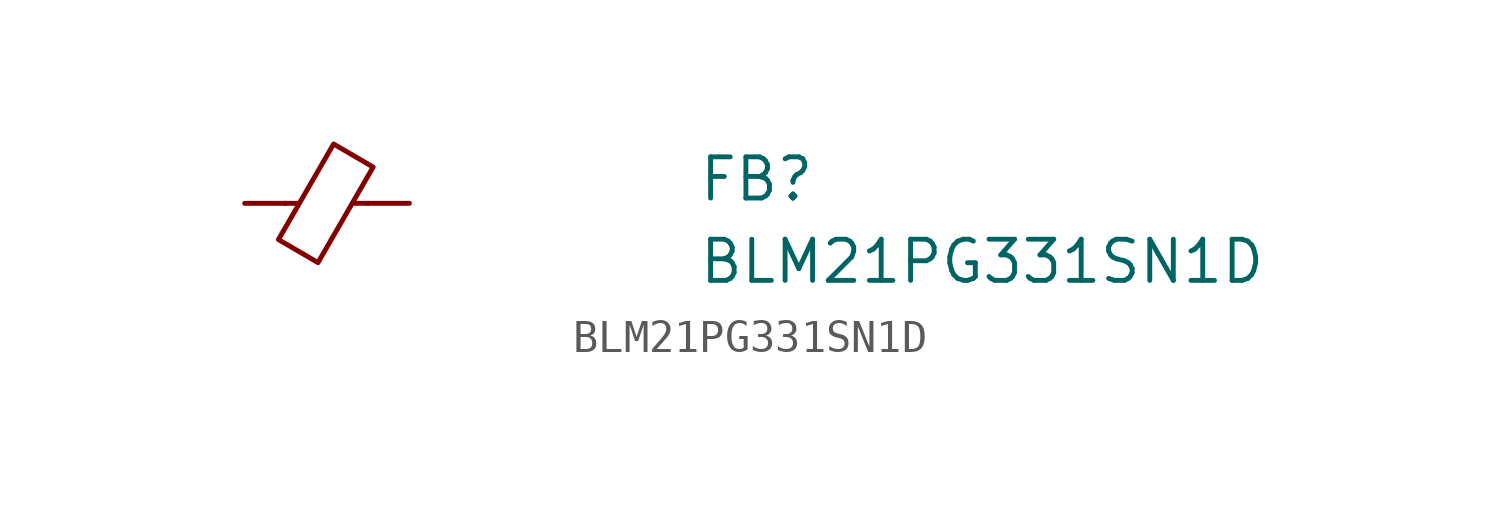
<source format=kicad_sym>
(kicad_symbol_lib
  (version 20211014)
  (generator kicad_symbol_editor)
  (symbol "BLM21PG331SN1D"
    (pin_numbers hide)
    (pin_names hide)
    (property "Reference" "FB"
      (at 13.97 0 0)
      (effects (font (size 1.27 1.27) (thickness 0.15)) (justify left bottom)))
    (property "Value" "BLM21PG331SN1D"
      (at 13.97 -2.54 0)
      (effects (font (size 1.27 1.27) (thickness 0.15)) (justify left bottom)))
    (symbol "BLM21PG331SN1D_0_1"
      (polyline (pts (xy 1.651 0) (xy 1.245 0)) (stroke (width 0) (type default) (color 0 0 0 0)) (fill (type none)))
      (polyline (pts (xy 3.81 0) (xy 3.327 0)) (stroke (width 0) (type default) (color 0 0 0 0)) (fill (type none)))
      (polyline (pts (xy 2.261 -1.829) (xy 1.041 -1.118) (xy 2.743 1.829) (xy 3.962 1.118) (xy 2.261 -1.829)) (stroke (width 0) (type default) (color 0 0 0 0)) (fill (type none))))
    (symbol "BLM21PG331SN1D_1_1"
      (pin passive line (at 0 0 0) (length 1.27) (name "~" (effects (font (size 1.27 1.27)))) (number "1" (effects (font (size 1.27 1.27)))))
      (pin passive line (at 5.08 0 180) (length 1.27) (name "~" (effects (font (size 1.27 1.27)))) (number "2" (effects (font (size 1.27 1.27))))))))
</source>
